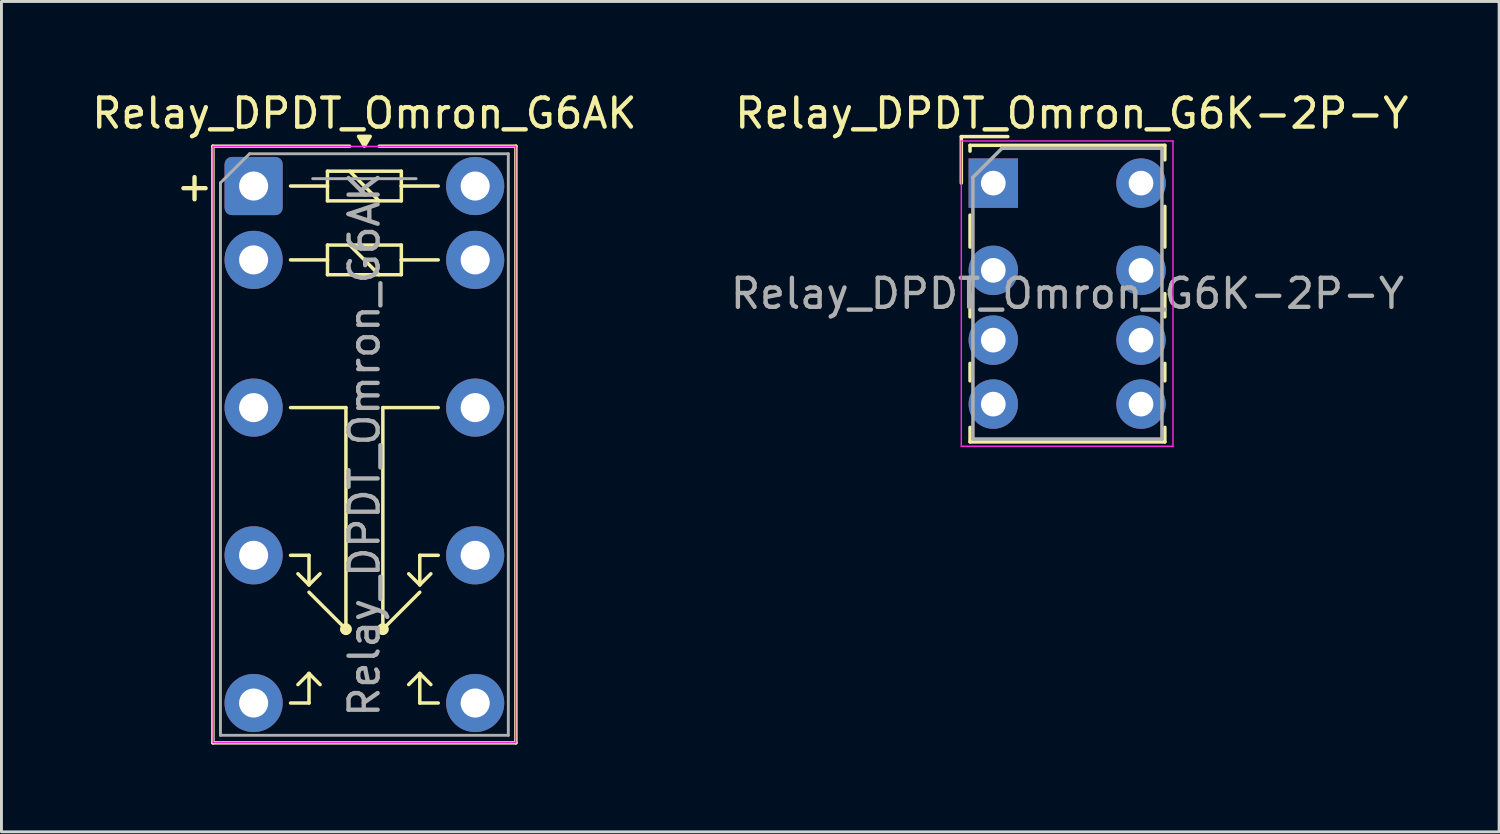
<source format=kicad_pcb>
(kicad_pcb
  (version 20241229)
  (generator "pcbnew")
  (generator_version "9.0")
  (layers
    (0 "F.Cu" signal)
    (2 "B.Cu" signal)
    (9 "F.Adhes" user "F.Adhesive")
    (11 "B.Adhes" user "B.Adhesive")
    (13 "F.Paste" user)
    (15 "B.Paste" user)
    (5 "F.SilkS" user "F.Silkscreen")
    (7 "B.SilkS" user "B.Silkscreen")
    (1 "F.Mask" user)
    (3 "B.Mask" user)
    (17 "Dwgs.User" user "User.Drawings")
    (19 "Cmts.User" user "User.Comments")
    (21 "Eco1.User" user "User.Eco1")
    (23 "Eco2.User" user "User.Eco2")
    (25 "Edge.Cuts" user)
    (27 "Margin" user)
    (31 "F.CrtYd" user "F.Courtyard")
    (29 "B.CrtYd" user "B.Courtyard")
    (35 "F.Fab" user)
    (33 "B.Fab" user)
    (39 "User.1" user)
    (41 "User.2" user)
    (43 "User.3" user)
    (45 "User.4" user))
  (footprint "Relay_DPDT_Omron_G6AK"
    (layer "F.Cu")
    (at 5.672 3.348)
    (property "Reference" "Relay_DPDT_Omron_G6AK" (at 3.81 -2.5 0) (layer "F.SilkS") (effects (font (size 1 1) (thickness 0.15))))
    (attr through_hole)
    (fp_line (start -1.4 -1.37) (end -1.4 19.15) (stroke (width 0.12) (type solid)) (layer "F.SilkS"))
    (fp_line (start -1.4 19.15) (end 9.02 19.15) (stroke (width 0.12) (type solid)) (layer "F.SilkS"))
    (fp_line (start 1.27 0) (end 2.54 0) (stroke (width 0.12) (type solid)) (layer "F.SilkS"))
    (fp_line (start 1.27 2.54) (end 2.54 2.54) (stroke (width 0.12) (type solid)) (layer "F.SilkS"))
    (fp_line (start 1.27 7.62) (end 3.175 7.62) (stroke (width 0.12) (type solid)) (layer "F.SilkS"))
    (fp_line (start 1.27 12.7) (end 1.905 12.7) (stroke (width 0.12) (type solid)) (layer "F.SilkS"))
    (fp_line (start 1.27 17.78) (end 1.905 17.78) (stroke (width 0.12) (type solid)) (layer "F.SilkS"))
    (fp_line (start 1.905 12.7) (end 1.905 13.716) (stroke (width 0.12) (type solid)) (layer "F.SilkS"))
    (fp_line (start 1.905 13.716) (end 1.524 13.335) (stroke (width 0.12) (type solid)) (layer "F.SilkS"))
    (fp_line (start 1.905 13.716) (end 2.286 13.335) (stroke (width 0.12) (type solid)) (layer "F.SilkS"))
    (fp_line (start 1.905 16.764) (end 1.524 17.145) (stroke (width 0.12) (type solid)) (layer "F.SilkS"))
    (fp_line (start 1.905 16.764) (end 1.905 17.78) (stroke (width 0.12) (type solid)) (layer "F.SilkS"))
    (fp_line (start 1.905 16.764) (end 2.286 17.145) (stroke (width 0.12) (type solid)) (layer "F.SilkS"))
    (fp_line (start 2.54 -0.51) (end 5.08 -0.51) (stroke (width 0.12) (type solid)) (layer "F.SilkS"))
    (fp_line (start 2.54 0) (end 2.54 -0.51) (stroke (width 0.12) (type solid)) (layer "F.SilkS"))
    (fp_line (start 2.54 0.51) (end 2.54 0) (stroke (width 0.12) (type solid)) (layer "F.SilkS"))
    (fp_line (start 2.54 2.03) (end 5.08 2.03) (stroke (width 0.12) (type solid)) (layer "F.SilkS"))
    (fp_line (start 2.54 2.54) (end 2.54 2.03) (stroke (width 0.12) (type solid)) (layer "F.SilkS"))
    (fp_line (start 2.54 3.05) (end 2.54 2.54) (stroke (width 0.12) (type solid)) (layer "F.SilkS"))
    (fp_line (start 3.175 7.62) (end 3.175 15.24) (stroke (width 0.12) (type solid)) (layer "F.SilkS"))
    (fp_line (start 3.175 15.24) (end 1.905 13.97) (stroke (width 0.12) (type solid)) (layer "F.SilkS"))
    (fp_line (start 3.302 -1.37) (end -1.4 -1.37) (stroke (width 0.12) (type solid)) (layer "F.SilkS"))
    (fp_line (start 3.304 -0.51) (end 4.314 0.51) (stroke (width 0.12) (type solid)) (layer "F.SilkS"))
    (fp_line (start 3.304 2.03) (end 4.314 3.05) (stroke (width 0.12) (type solid)) (layer "F.SilkS"))
    (fp_line (start 4.445 7.62) (end 4.445 15.24) (stroke (width 0.12) (type solid)) (layer "F.SilkS"))
    (fp_line (start 4.445 15.24) (end 5.715 13.97) (stroke (width 0.12) (type solid)) (layer "F.SilkS"))
    (fp_line (start 5.08 -0.51) (end 5.08 0) (stroke (width 0.12) (type solid)) (layer "F.SilkS"))
    (fp_line (start 5.08 0) (end 5.08 0.51) (stroke (width 0.12) (type solid)) (layer "F.SilkS"))
    (fp_line (start 5.08 0) (end 6.35 0) (stroke (width 0.12) (type solid)) (layer "F.SilkS"))
    (fp_line (start 5.08 0.51) (end 2.54 0.51) (stroke (width 0.12) (type solid)) (layer "F.SilkS"))
    (fp_line (start 5.08 2.03) (end 5.08 2.54) (stroke (width 0.12) (type solid)) (layer "F.SilkS"))
    (fp_line (start 5.08 2.54) (end 5.08 3.05) (stroke (width 0.12) (type solid)) (layer "F.SilkS"))
    (fp_line (start 5.08 2.54) (end 6.35 2.54) (stroke (width 0.12) (type solid)) (layer "F.SilkS"))
    (fp_line (start 5.08 3.05) (end 2.54 3.05) (stroke (width 0.12) (type solid)) (layer "F.SilkS"))
    (fp_line (start 5.715 12.7) (end 5.715 13.716) (stroke (width 0.12) (type solid)) (layer "F.SilkS"))
    (fp_line (start 5.715 13.716) (end 5.334 13.335) (stroke (width 0.12) (type solid)) (layer "F.SilkS"))
    (fp_line (start 5.715 13.716) (end 6.096 13.335) (stroke (width 0.12) (type solid)) (layer "F.SilkS"))
    (fp_line (start 5.715 16.764) (end 5.334 17.145) (stroke (width 0.12) (type solid)) (layer "F.SilkS"))
    (fp_line (start 5.715 16.764) (end 5.715 17.78) (stroke (width 0.12) (type solid)) (layer "F.SilkS"))
    (fp_line (start 5.715 16.764) (end 6.096 17.145) (stroke (width 0.12) (type solid)) (layer "F.SilkS"))
    (fp_line (start 6.35 7.62) (end 4.445 7.62) (stroke (width 0.12) (type solid)) (layer "F.SilkS"))
    (fp_line (start 6.35 12.7) (end 5.715 12.7) (stroke (width 0.12) (type solid)) (layer "F.SilkS"))
    (fp_line (start 6.35 17.78) (end 5.715 17.78) (stroke (width 0.12) (type solid)) (layer "F.SilkS"))
    (fp_line (start 9.02 -1.37) (end 4.318 -1.37) (stroke (width 0.12) (type solid)) (layer "F.SilkS"))
    (fp_line (start 9.02 19.15) (end 9.02 -1.37) (stroke (width 0.12) (type solid)) (layer "F.SilkS"))
    (fp_circle (center 3.175 15.24) (end 3.305 15.24) (stroke (width 0.15) (type solid)) (fill no) (layer "F.SilkS"))
    (fp_circle (center 4.445 15.24) (end 4.575 15.24) (stroke (width 0.15) (type solid)) (fill no) (layer "F.SilkS"))
    (fp_poly (pts (xy 3.81 -1.37) (xy 3.61 -1.709) (xy 4.01 -1.709) (xy 3.81 -1.37)) (stroke (width 0.12) (type solid)) (fill yes) (layer "F.SilkS"))
    (fp_line (start -1.39 -1.36) (end -1.39 19.14) (stroke (width 0.05) (type solid)) (layer "F.CrtYd"))
    (fp_line (start -1.39 -1.36) (end 9.01 -1.36) (stroke (width 0.05) (type solid)) (layer "F.CrtYd"))
    (fp_line (start 9.01 -1.36) (end 9.01 19.14) (stroke (width 0.05) (type solid)) (layer "F.CrtYd"))
    (fp_line (start 9.01 19.14) (end -1.39 19.14) (stroke (width 0.05) (type solid)) (layer "F.CrtYd"))
    (fp_line (start -1.14 -0.11) (end -0.14 -1.11) (stroke (width 0.1) (type solid)) (layer "F.Fab"))
    (fp_line (start -1.14 18.89) (end -1.14 -0.11) (stroke (width 0.1) (type solid)) (layer "F.Fab"))
    (fp_line (start -1.14 18.89) (end 8.76 18.89) (stroke (width 0.1) (type solid)) (layer "F.Fab"))
    (fp_line (start -0.14 -1.11) (end 8.76 -1.11) (stroke (width 0.1) (type solid)) (layer "F.Fab"))
    (fp_line (start 2.032 -0.254) (end 5.588 -0.254) (stroke (width 0.1) (type default)) (layer "F.Fab"))
    (fp_line (start 8.76 18.89) (end 8.76 -1.11) (stroke (width 0.1) (type solid)) (layer "F.Fab"))
    (fp_text user "+" (at -2.032 0 0) (unlocked yes) (layer "F.SilkS") (effects (font (size 1 1) (thickness 0.15))))
    (fp_text user "${REFERENCE}" (at 3.81 8.89 90) (layer "F.Fab") (effects (font (size 1 1) (thickness 0.15))))
    (pad "11" thru_hole circle (at 0 7.62) (size 2 2) (drill 1) (layers "*.Cu" "*.Mask"))
    (pad "12" thru_hole circle (at 0 12.7) (size 2 2) (drill 1) (layers "*.Cu" "*.Mask"))
    (pad "14" thru_hole circle (at 0 17.78) (size 2 2) (drill 1) (layers "*.Cu" "*.Mask"))
    (pad "21" thru_hole circle (at 7.62 7.62) (size 2 2) (drill 1) (layers "*.Cu" "*.Mask"))
    (pad "22" thru_hole circle (at 7.62 12.7) (size 2 2) (drill 1) (layers "*.Cu" "*.Mask"))
    (pad "24" thru_hole circle (at 7.62 17.78) (size 2 2) (drill 1) (layers "*.Cu" "*.Mask"))
    (pad "A1" thru_hole roundrect (at 0 0) (size 2 2) (drill 1) (layers "*.Cu" "*.Mask") (roundrect_rratio 0.125))
    (pad "A2" thru_hole circle (at 7.62 0) (size 2 2) (drill 1) (layers "*.Cu" "*.Mask"))
    (pad "B1" thru_hole circle (at 0 2.54) (size 2 2) (drill 1) (layers "*.Cu" "*.Mask"))
    (pad "B2" thru_hole circle (at 7.62 2.54) (size 2 2) (drill 1) (layers "*.Cu" "*.Mask")))
  (footprint "Relay_DPDT_Omron_G6K-2P-Y"
    (layer "F.Cu")
    (at 31.111 3.248)
    (property "Reference" "Relay_DPDT_Omron_G6K-2P-Y" (at 2.7 -2.4 0) (layer "F.SilkS") (effects (font (size 1 1) (thickness 0.15))))
    (attr through_hole)
    (fp_line (start -1.1 -1.6) (end 0.5 -1.6) (stroke (width 0.12) (type solid)) (layer "F.SilkS"))
    (fp_line (start -1.1 0) (end -1.1 -1.6) (stroke (width 0.12) (type solid)) (layer "F.SilkS"))
    (fp_line (start -0.8 -1.3) (end -0.8 -1.1) (stroke (width 0.12) (type solid)) (layer "F.SilkS"))
    (fp_line (start -0.8 -1.3) (end 5.9 -1.3) (stroke (width 0.12) (type solid)) (layer "F.SilkS"))
    (fp_line (start -0.8 2.2) (end -0.8 1.1) (stroke (width 0.12) (type solid)) (layer "F.SilkS"))
    (fp_line (start -0.8 4.6) (end -0.8 3.8) (stroke (width 0.12) (type solid)) (layer "F.SilkS"))
    (fp_line (start -0.8 6.8) (end -0.8 6.2) (stroke (width 0.12) (type solid)) (layer "F.SilkS"))
    (fp_line (start -0.8 8.9) (end -0.8 8.4) (stroke (width 0.12) (type solid)) (layer "F.SilkS"))
    (fp_line (start 5.9 -1.3) (end 5.9 -0.8) (stroke (width 0.12) (type solid)) (layer "F.SilkS"))
    (fp_line (start 5.9 0.8) (end 5.9 2.2) (stroke (width 0.12) (type solid)) (layer "F.SilkS"))
    (fp_line (start 5.9 3.8) (end 5.9 4.6) (stroke (width 0.12) (type solid)) (layer "F.SilkS"))
    (fp_line (start 5.9 6.2) (end 5.9 6.8) (stroke (width 0.12) (type solid)) (layer "F.SilkS"))
    (fp_line (start 5.9 8.4) (end 5.9 8.9) (stroke (width 0.12) (type solid)) (layer "F.SilkS"))
    (fp_line (start 5.9 8.9) (end -0.8 8.9) (stroke (width 0.12) (type solid)) (layer "F.SilkS"))
    (fp_line (start -1.1 -1.45) (end -1.1 9.05) (stroke (width 0.05) (type solid)) (layer "F.CrtYd"))
    (fp_line (start -1.1 -1.45) (end 6.18 -1.45) (stroke (width 0.05) (type solid)) (layer "F.CrtYd"))
    (fp_line (start 6.18 9.05) (end -1.1 9.05) (stroke (width 0.05) (type solid)) (layer "F.CrtYd"))
    (fp_line (start 6.18 9.05) (end 6.18 -1.45) (stroke (width 0.05) (type solid)) (layer "F.CrtYd"))
    (fp_line (start -0.7 -0.2) (end 0.3 -1.2) (stroke (width 0.12) (type solid)) (layer "F.Fab"))
    (fp_line (start -0.7 8.8) (end -0.7 -0.2) (stroke (width 0.12) (type solid)) (layer "F.Fab"))
    (fp_line (start 0.3 -1.2) (end 5.8 -1.2) (stroke (width 0.12) (type solid)) (layer "F.Fab"))
    (fp_line (start 5.8 -1.2) (end 5.8 8.8) (stroke (width 0.12) (type solid)) (layer "F.Fab"))
    (fp_line (start 5.8 8.8) (end -0.7 8.8) (stroke (width 0.12) (type solid)) (layer "F.Fab"))
    (fp_text user "${REFERENCE}" (at 2.55 3.8 0) (layer "F.Fab") (effects (font (size 1 1) (thickness 0.15))))
    (pad "1" thru_hole rect (at 0 0) (size 1.7 1.7) (drill 0.85) (layers "*.Cu" "*.Mask"))
    (pad "2" thru_hole circle (at 0 3) (size 1.7 1.7) (drill 0.85) (layers "*.Cu" "*.Mask"))
    (pad "3" thru_hole circle (at 0 5.4) (size 1.7 1.7) (drill 0.85) (layers "*.Cu" "*.Mask"))
    (pad "4" thru_hole circle (at 0 7.6) (size 1.7 1.7) (drill 0.85) (layers "*.Cu" "*.Mask"))
    (pad "5" thru_hole circle (at 5.08 7.6) (size 1.7 1.7) (drill 0.85) (layers "*.Cu" "*.Mask"))
    (pad "6" thru_hole circle (at 5.08 5.4) (size 1.7 1.7) (drill 0.85) (layers "*.Cu" "*.Mask"))
    (pad "7" thru_hole circle (at 5.08 3) (size 1.7 1.7) (drill 0.85) (layers "*.Cu" "*.Mask"))
    (pad "8" thru_hole circle (at 5.08 0) (size 1.7 1.7) (drill 0.85) (layers "*.Cu" "*.Mask")))
  (gr_rect
    (start -3 -3)
    (end 48.507 25.558)
    (stroke (width 0.1) (type default))
    (fill no)
    (layer "Edge.Cuts")))
</source>
